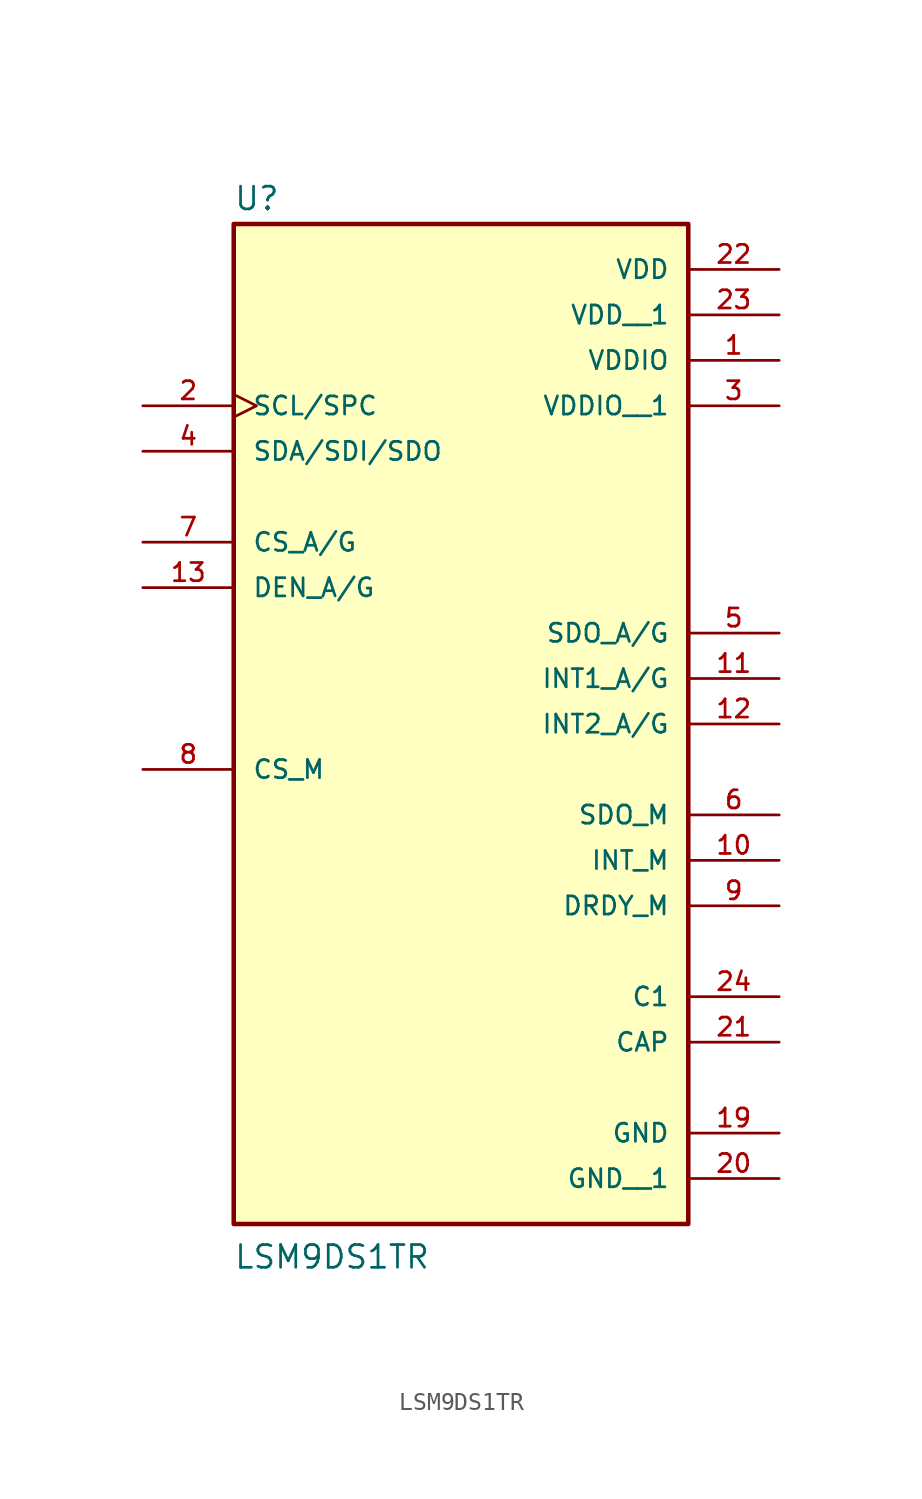
<source format=kicad_sym>
(kicad_symbol_lib
  (version 20211014)
  (generator kicad_symbol_editor)
  (symbol "LSM9DS1TR"
    (pin_names
      (offset 1.016))
    (property "Reference" "U"
      (at -12.721 26.079 0)
      (effects (font (size 1.27 1.27)) (justify bottom left)))
    (property "Value" "LSM9DS1TR"
      (at -12.721 -33.063 0)
      (effects (font (size 1.27 1.27)) (justify bottom left)))
    (symbol "LSM9DS1TR_0_0"
      (rectangle (start -12.7 -30.48) (end 12.7 25.4) (stroke (width 0.254)) (fill (type background)))
      (pin power_in line (at 17.78 17.78 180.0) (length 5.08) (name "VDDIO" (effects (font (size 1.016 1.016)))) (number "1" (effects (font (size 1.016 1.016)))))
      (pin input clock (at -17.78 15.24 0) (length 5.08) (name "SCL/SPC" (effects (font (size 1.016 1.016)))) (number "2" (effects (font (size 1.016 1.016)))))
      (pin bidirectional line (at -17.78 12.7 0) (length 5.08) (name "SDA/SDI/SDO" (effects (font (size 1.016 1.016)))) (number "4" (effects (font (size 1.016 1.016)))))
      (pin output line (at 17.78 2.54 180.0) (length 5.08) (name "SDO_A/G" (effects (font (size 1.016 1.016)))) (number "5" (effects (font (size 1.016 1.016)))))
      (pin output line (at 17.78 -7.62 180.0) (length 5.08) (name "SDO_M" (effects (font (size 1.016 1.016)))) (number "6" (effects (font (size 1.016 1.016)))))
      (pin input line (at -17.78 7.62 0) (length 5.08) (name "CS_A/G" (effects (font (size 1.016 1.016)))) (number "7" (effects (font (size 1.016 1.016)))))
      (pin input line (at -17.78 -5.08 0) (length 5.08) (name "CS_M" (effects (font (size 1.016 1.016)))) (number "8" (effects (font (size 1.016 1.016)))))
      (pin output line (at 17.78 -12.7 180.0) (length 5.08) (name "DRDY_M" (effects (font (size 1.016 1.016)))) (number "9" (effects (font (size 1.016 1.016)))))
      (pin output line (at 17.78 -10.16 180.0) (length 5.08) (name "INT_M" (effects (font (size 1.016 1.016)))) (number "10" (effects (font (size 1.016 1.016)))))
      (pin output line (at 17.78 0.0 180.0) (length 5.08) (name "INT1_A/G" (effects (font (size 1.016 1.016)))) (number "11" (effects (font (size 1.016 1.016)))))
      (pin output line (at 17.78 -2.54 180.0) (length 5.08) (name "INT2_A/G" (effects (font (size 1.016 1.016)))) (number "12" (effects (font (size 1.016 1.016)))))
      (pin input line (at -17.78 5.08 0) (length 5.08) (name "DEN_A/G" (effects (font (size 1.016 1.016)))) (number "13" (effects (font (size 1.016 1.016)))))
      (pin power_in line (at 17.78 -25.4 180.0) (length 5.08) (name "GND" (effects (font (size 1.016 1.016)))) (number "19" (effects (font (size 1.016 1.016)))))
      (pin passive line (at 17.78 -20.32 180.0) (length 5.08) (name "CAP" (effects (font (size 1.016 1.016)))) (number "21" (effects (font (size 1.016 1.016)))))
      (pin power_in line (at 17.78 22.86 180.0) (length 5.08) (name "VDD" (effects (font (size 1.016 1.016)))) (number "22" (effects (font (size 1.016 1.016)))))
      (pin passive line (at 17.78 -17.78 180.0) (length 5.08) (name "C1" (effects (font (size 1.016 1.016)))) (number "24" (effects (font (size 1.016 1.016)))))
      (pin power_in line (at 17.78 20.32 180.0) (length 5.08) (name "VDD__1" (effects (font (size 1.016 1.016)))) (number "23" (effects (font (size 1.016 1.016)))))
      (pin power_in line (at 17.78 15.24 180.0) (length 5.08) (name "VDDIO__1" (effects (font (size 1.016 1.016)))) (number "3" (effects (font (size 1.016 1.016)))))
      (pin power_in line (at 17.78 -27.94 180.0) (length 5.08) (name "GND__1" (effects (font (size 1.016 1.016)))) (number "20" (effects (font (size 1.016 1.016))))))))
</source>
